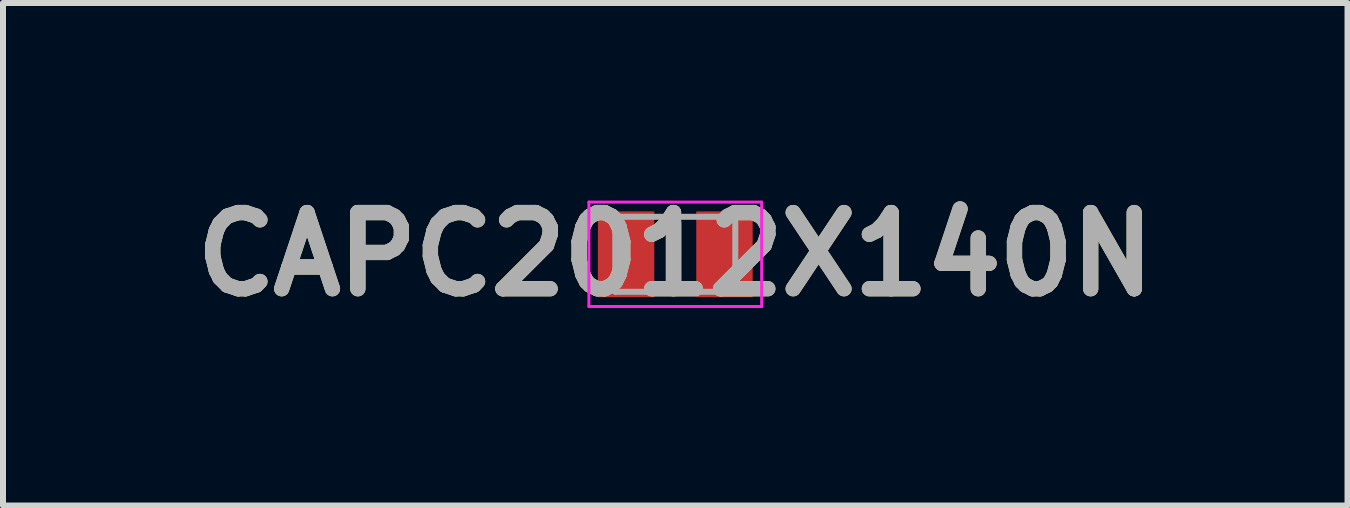
<source format=kicad_pcb>
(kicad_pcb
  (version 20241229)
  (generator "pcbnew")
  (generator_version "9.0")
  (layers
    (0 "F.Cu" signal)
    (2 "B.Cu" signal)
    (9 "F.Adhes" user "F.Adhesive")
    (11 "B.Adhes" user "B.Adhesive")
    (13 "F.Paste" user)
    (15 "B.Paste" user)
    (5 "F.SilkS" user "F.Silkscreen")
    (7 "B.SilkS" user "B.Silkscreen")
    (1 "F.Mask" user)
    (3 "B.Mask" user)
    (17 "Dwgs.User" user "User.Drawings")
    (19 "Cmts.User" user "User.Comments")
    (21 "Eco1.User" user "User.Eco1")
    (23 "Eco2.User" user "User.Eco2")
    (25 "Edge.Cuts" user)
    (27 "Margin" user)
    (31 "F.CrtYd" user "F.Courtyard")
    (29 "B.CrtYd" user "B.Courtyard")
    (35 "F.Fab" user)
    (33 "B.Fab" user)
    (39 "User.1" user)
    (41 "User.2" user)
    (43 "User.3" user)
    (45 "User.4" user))
  (footprint "CAPC2012X140N"
    (layer "F.Cu")
    (at 8.207 1.189)
    (property "Reference" "CAPC2012X140N" (at 0 0 0) (layer "F.SilkS") (effects (font (size 1.27 1.27) (thickness 0.254))))
    (attr smd)
    (fp_line (start 0 -0.525) (end 0 0.525) (stroke (width 0.2) (type solid)) (layer "F.SilkS"))
    (fp_line (start -1.44 -0.87) (end 1.44 -0.87) (stroke (width 0.05) (type solid)) (layer "F.CrtYd"))
    (fp_line (start -1.44 0.87) (end -1.44 -0.87) (stroke (width 0.05) (type solid)) (layer "F.CrtYd"))
    (fp_line (start 1.44 -0.87) (end 1.44 0.87) (stroke (width 0.05) (type solid)) (layer "F.CrtYd"))
    (fp_line (start 1.44 0.87) (end -1.44 0.87) (stroke (width 0.05) (type solid)) (layer "F.CrtYd"))
    (fp_line (start -1 -0.625) (end 1 -0.625) (stroke (width 0.1) (type solid)) (layer "F.Fab"))
    (fp_line (start -1 0.625) (end -1 -0.625) (stroke (width 0.1) (type solid)) (layer "F.Fab"))
    (fp_line (start 1 -0.625) (end 1 0.625) (stroke (width 0.1) (type solid)) (layer "F.Fab"))
    (fp_line (start 1 0.625) (end -1 0.625) (stroke (width 0.1) (type solid)) (layer "F.Fab"))
    (fp_text user "${REFERENCE}" (at 0 0 0) (layer "F.Fab") (effects (font (size 1.27 1.27) (thickness 0.254))))
    (pad "1" smd rect (at -0.82 0) (size 0.94 1.43) (layers "F.Cu" "F.Mask" "F.Paste"))
    (pad "2" smd rect (at 0.82 0) (size 0.94 1.43) (layers "F.Cu" "F.Mask" "F.Paste")))
  (gr_rect
    (start -3 -3)
    (end 19.413 5.377)
    (stroke (width 0.1) (type default))
    (fill no)
    (layer "Edge.Cuts")))
</source>
